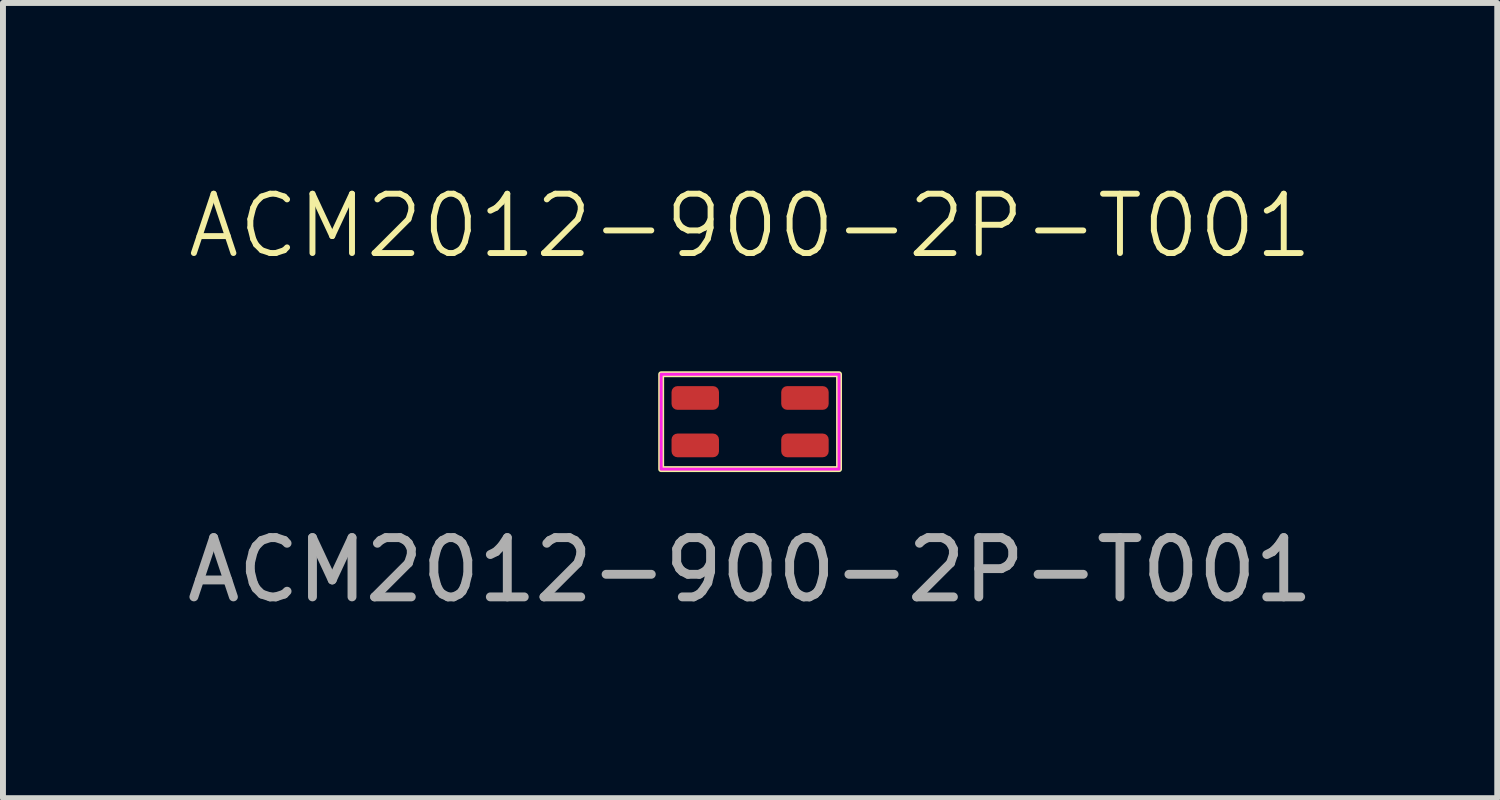
<source format=kicad_pcb>
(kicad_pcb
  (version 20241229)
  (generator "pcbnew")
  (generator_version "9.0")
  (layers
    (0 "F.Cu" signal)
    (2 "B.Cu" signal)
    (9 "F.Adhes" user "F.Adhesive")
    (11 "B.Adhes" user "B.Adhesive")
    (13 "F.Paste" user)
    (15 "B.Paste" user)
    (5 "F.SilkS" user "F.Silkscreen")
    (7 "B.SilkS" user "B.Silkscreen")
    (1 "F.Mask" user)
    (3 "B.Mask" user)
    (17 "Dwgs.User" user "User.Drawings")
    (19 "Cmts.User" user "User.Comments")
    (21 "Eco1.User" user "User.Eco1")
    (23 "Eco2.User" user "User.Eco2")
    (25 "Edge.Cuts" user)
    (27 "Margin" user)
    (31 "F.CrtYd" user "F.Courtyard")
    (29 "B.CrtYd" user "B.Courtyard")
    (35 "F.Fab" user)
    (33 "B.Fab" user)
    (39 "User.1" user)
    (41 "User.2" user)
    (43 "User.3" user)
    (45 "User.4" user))
  (footprint "ACM2012-900-2P-T001"
    (layer "F.Cu")
    (at 9.601 4.062)
    (property "Reference" "ACM2012-900-2P-T001" (at 0 -3.302 0) (unlocked yes) (layer "F.SilkS") (effects (font (size 1 1) (thickness 0.1))))
    (attr smd)
    (fp_rect (start -1.5 -0.8) (end 1.5 0.8) (stroke (width 0.1) (type default)) (fill no) (layer "F.SilkS"))
    (fp_rect (start -1.5 -0.8) (end 1.5 0.8) (stroke (width 0.05) (type default)) (fill no) (layer "F.CrtYd"))
    (fp_text user "${REFERENCE}" (at 0 2.5 0) (unlocked yes) (layer "F.Fab") (effects (font (size 1 1) (thickness 0.15))))
    (pad "1" smd roundrect (at -0.925 -0.4) (size 0.8 0.4) (layers "F.Cu" "F.Mask" "F.Paste") (roundrect_rratio 0.25))
    (pad "2" smd roundrect (at -0.925 0.4) (size 0.8 0.4) (layers "F.Cu" "F.Mask" "F.Paste") (roundrect_rratio 0.25))
    (pad "3" smd roundrect (at 0.925 0.4) (size 0.8 0.4) (layers "F.Cu" "F.Mask" "F.Paste") (roundrect_rratio 0.25))
    (pad "4" smd roundrect (at 0.925 -0.4) (size 0.8 0.4) (layers "F.Cu" "F.Mask" "F.Paste") (roundrect_rratio 0.25)))
  (gr_rect
    (start -3 -3)
    (end 22.202 10.411)
    (stroke (width 0.1) (type default))
    (fill no)
    (layer "Edge.Cuts")))
</source>
